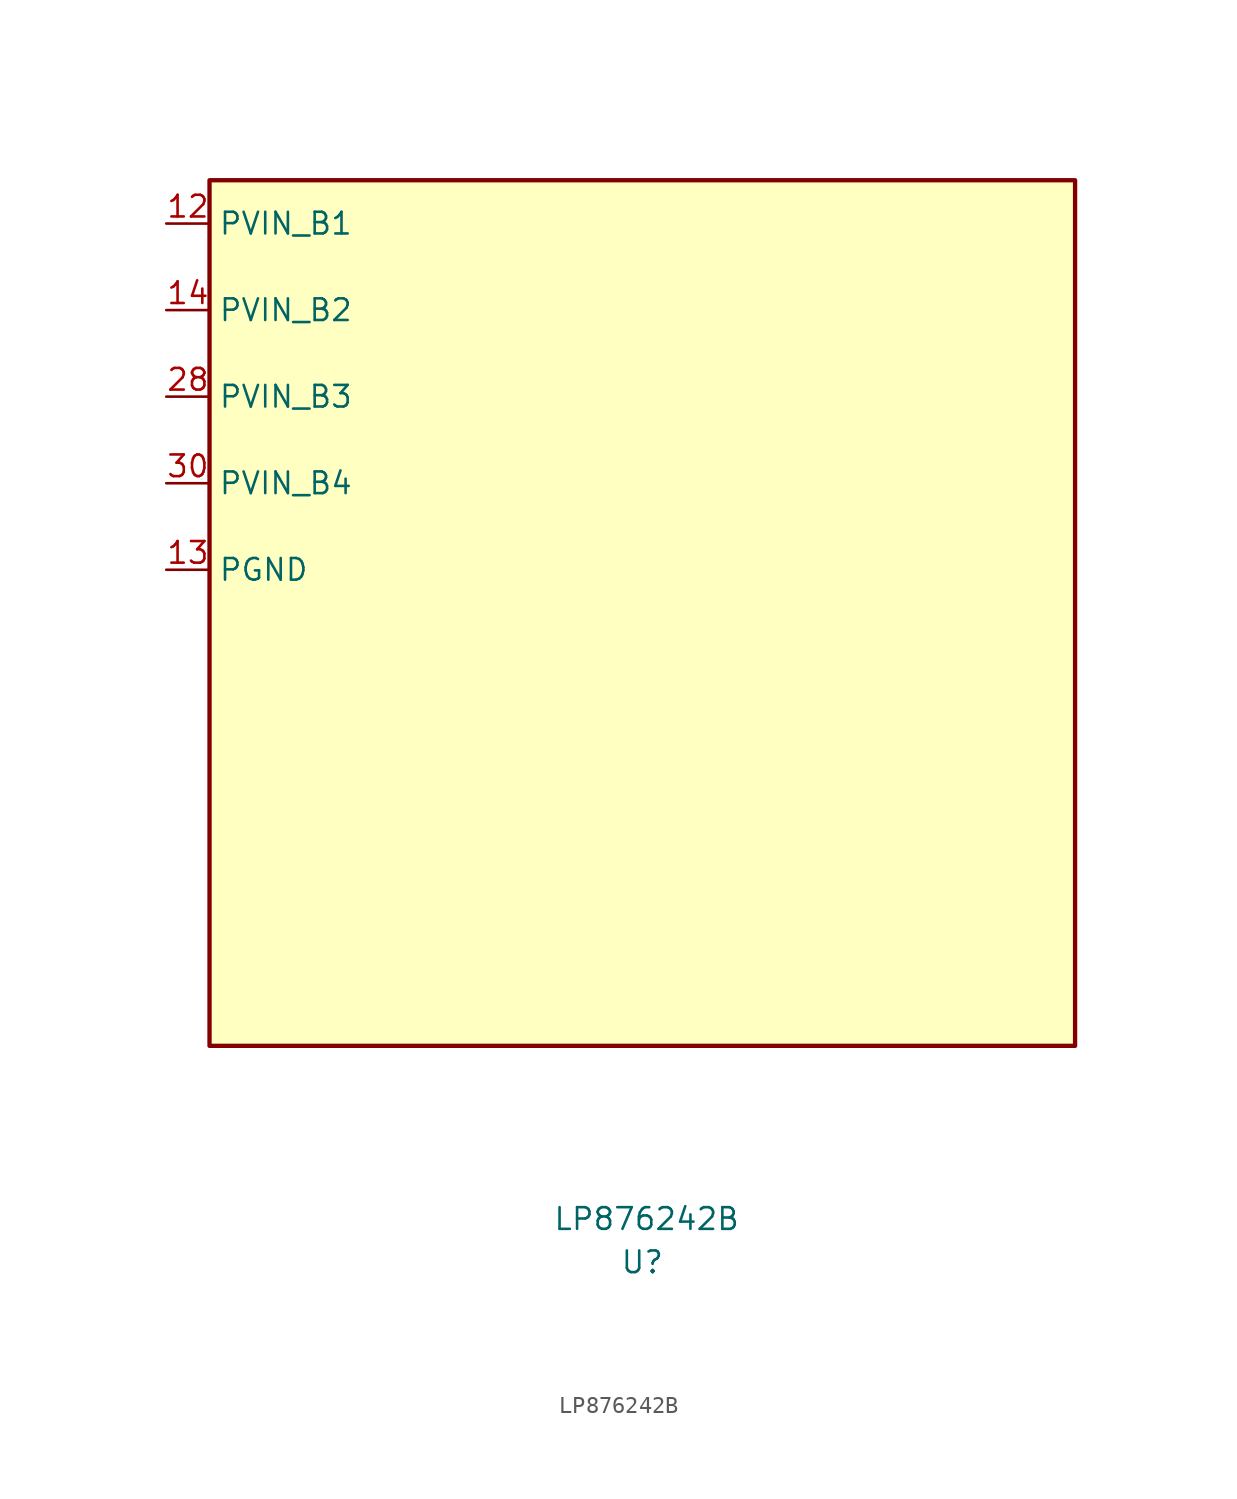
<source format=kicad_sym>
(kicad_symbol_lib
  (version 20231120)
  (generator "kicad_symbol_editor")
  (generator_version "8.0")
  (symbol "LP876242B"
    (property "Reference" "U"
      (at 0 0 0)
      (effects (font (size 1.27 1.27))))
    (property "Value" "LP876242B"
      (at 0.254 2.54 0)
      (effects (font (size 1.27 1.27))))
    (symbol "LP876242B_1_1"
      (rectangle (start -25.4 63.5) (end 25.4 12.7) (stroke (width 0.254) (type default) (color 132 0 0 1)) (fill (type color) (color 255 255 194 1)))
      (pin power_in line (at -27.94 60.96 0) (length 2.54) (name "PVIN_B1" (effects (font (size 1.27 1.27)))) (number "12" (effects (font (size 1.27 1.27)))))
      (pin power_out line (at -27.94 40.64 0) (length 2.54) (name "PGND" (effects (font (size 1.27 1.27)))) (number "13" (effects (font (size 1.27 1.27)))))
      (pin power_in line (at -27.94 55.88 0) (length 2.54) (name "PVIN_B2" (effects (font (size 1.27 1.27)))) (number "14" (effects (font (size 1.27 1.27)))))
      (pin power_in line (at -27.94 50.8 0) (length 2.54) (name "PVIN_B3" (effects (font (size 1.27 1.27)))) (number "28" (effects (font (size 1.27 1.27)))))
      (pin power_in line (at -27.94 45.72 0) (length 2.54) (name "PVIN_B4" (effects (font (size 1.27 1.27)))) (number "30" (effects (font (size 1.27 1.27))))))))
</source>
